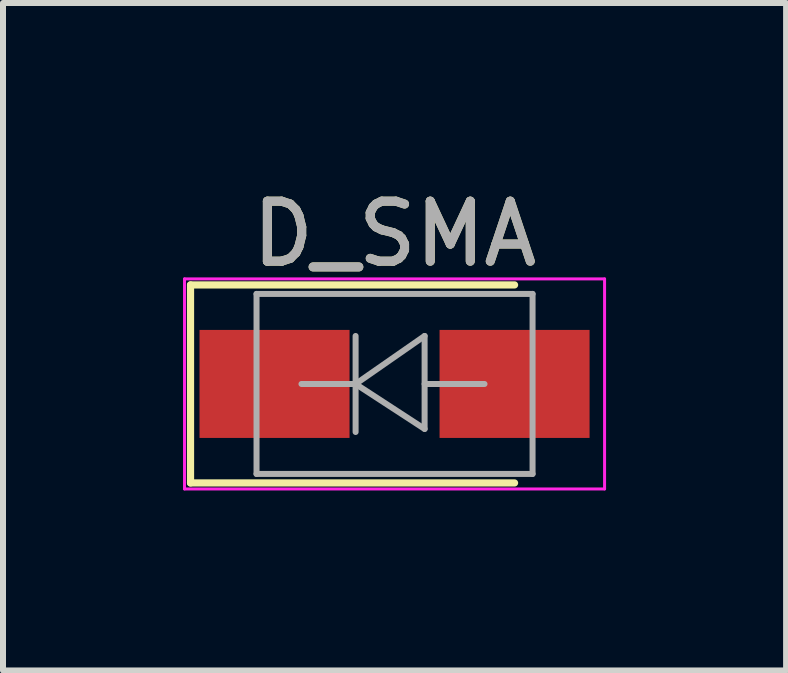
<source format=kicad_pcb>
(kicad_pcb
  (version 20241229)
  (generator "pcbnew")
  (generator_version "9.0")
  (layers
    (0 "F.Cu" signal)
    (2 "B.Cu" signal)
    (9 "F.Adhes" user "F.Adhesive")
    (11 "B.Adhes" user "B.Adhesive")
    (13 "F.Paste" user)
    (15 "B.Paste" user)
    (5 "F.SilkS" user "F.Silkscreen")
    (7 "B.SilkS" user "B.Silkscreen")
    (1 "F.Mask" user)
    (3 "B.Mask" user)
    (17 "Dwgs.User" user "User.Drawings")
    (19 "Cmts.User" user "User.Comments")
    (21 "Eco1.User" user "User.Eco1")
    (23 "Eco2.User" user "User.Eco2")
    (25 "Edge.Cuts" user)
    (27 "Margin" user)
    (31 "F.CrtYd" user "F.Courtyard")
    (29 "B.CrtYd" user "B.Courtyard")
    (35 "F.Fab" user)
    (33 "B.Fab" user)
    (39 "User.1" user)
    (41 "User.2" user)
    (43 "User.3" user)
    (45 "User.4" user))
  (footprint "D_SMA"
    (layer "F.Cu")
    (at 3.525 3.348)
    (property "Reference" "D_SMA" (at 0 -2.5 0) (layer "F.SilkS") (effects (font (size 1 1) (thickness 0.15))))
    (attr smd)
    (fp_line (start -3.4 -1.65) (end -3.4 1.65) (stroke (width 0.12) (type solid)) (layer "F.SilkS"))
    (fp_line (start -3.4 -1.65) (end 2 -1.65) (stroke (width 0.12) (type solid)) (layer "F.SilkS"))
    (fp_line (start -3.4 1.65) (end 2 1.65) (stroke (width 0.12) (type solid)) (layer "F.SilkS"))
    (fp_line (start -3.5 -1.75) (end 3.5 -1.75) (stroke (width 0.05) (type solid)) (layer "F.CrtYd"))
    (fp_line (start -3.5 1.75) (end -3.5 -1.75) (stroke (width 0.05) (type solid)) (layer "F.CrtYd"))
    (fp_line (start 3.5 -1.75) (end 3.5 1.75) (stroke (width 0.05) (type solid)) (layer "F.CrtYd"))
    (fp_line (start 3.5 1.75) (end -3.5 1.75) (stroke (width 0.05) (type solid)) (layer "F.CrtYd"))
    (fp_line (start -2.3 1.5) (end -2.3 -1.5) (stroke (width 0.1) (type solid)) (layer "F.Fab"))
    (fp_line (start -0.649 -0.799) (end -0.649 0.801) (stroke (width 0.1) (type solid)) (layer "F.Fab"))
    (fp_line (start -0.649 0.001) (end -1.551 0.001) (stroke (width 0.1) (type solid)) (layer "F.Fab"))
    (fp_line (start -0.649 0.001) (end 0.501 -0.799) (stroke (width 0.1) (type solid)) (layer "F.Fab"))
    (fp_line (start -0.649 0.001) (end 0.501 0.75) (stroke (width 0.1) (type solid)) (layer "F.Fab"))
    (fp_line (start 0.501 0.001) (end 1.499 0.001) (stroke (width 0.1) (type solid)) (layer "F.Fab"))
    (fp_line (start 0.501 0.75) (end 0.501 -0.799) (stroke (width 0.1) (type solid)) (layer "F.Fab"))
    (fp_line (start 2.3 -1.5) (end -2.3 -1.5) (stroke (width 0.1) (type solid)) (layer "F.Fab"))
    (fp_line (start 2.3 -1.5) (end 2.3 1.5) (stroke (width 0.1) (type solid)) (layer "F.Fab"))
    (fp_line (start 2.3 1.5) (end -2.3 1.5) (stroke (width 0.1) (type solid)) (layer "F.Fab"))
    (fp_text user "${REFERENCE}" (at 0 -2.5 0) (layer "F.Fab") (effects (font (size 1 1) (thickness 0.15))))
    (pad "A" smd rect (at 2 0) (size 2.5 1.8) (layers "F.Cu" "F.Mask" "F.Paste"))
    (pad "K" smd rect (at -2 0) (size 2.5 1.8) (layers "F.Cu" "F.Mask" "F.Paste")))
  (gr_rect
    (start -3 -3)
    (end 10.05 8.123)
    (stroke (width 0.1) (type default))
    (fill no)
    (layer "Edge.Cuts")))
</source>
